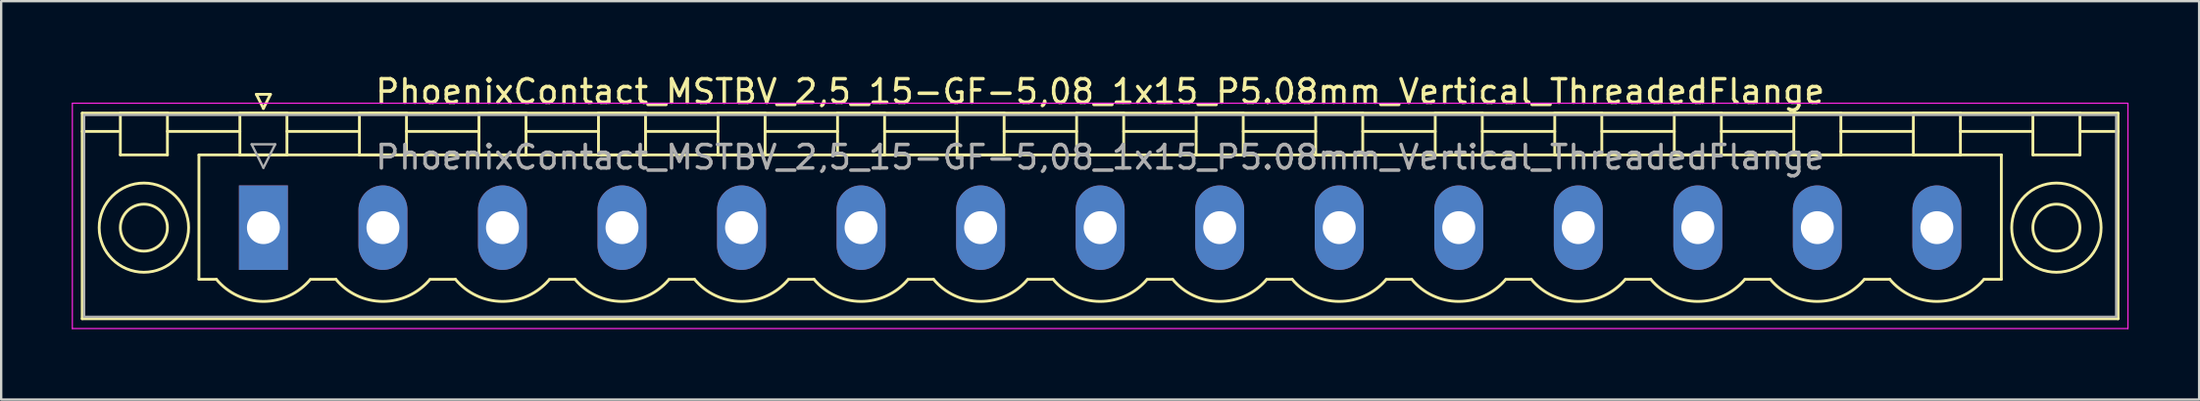
<source format=kicad_pcb>
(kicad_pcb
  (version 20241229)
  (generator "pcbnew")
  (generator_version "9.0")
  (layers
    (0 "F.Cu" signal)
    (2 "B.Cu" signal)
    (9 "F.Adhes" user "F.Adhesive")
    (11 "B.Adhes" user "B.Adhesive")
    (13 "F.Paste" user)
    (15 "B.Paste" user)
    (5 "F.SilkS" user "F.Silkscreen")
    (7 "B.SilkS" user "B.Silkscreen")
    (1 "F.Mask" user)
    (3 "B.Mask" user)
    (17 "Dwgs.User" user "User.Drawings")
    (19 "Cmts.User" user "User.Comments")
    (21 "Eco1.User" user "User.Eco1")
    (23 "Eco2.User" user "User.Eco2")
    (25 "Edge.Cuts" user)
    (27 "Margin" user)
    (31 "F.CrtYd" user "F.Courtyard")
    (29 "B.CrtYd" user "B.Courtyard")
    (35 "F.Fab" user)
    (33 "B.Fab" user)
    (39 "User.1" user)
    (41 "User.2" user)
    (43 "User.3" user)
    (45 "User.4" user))
  (footprint "PhoenixContact_MSTBV_2,5_15-GF-5,08_1x15_P5.08mm_Vertical_ThreadedFlange"
    (layer "F.Cu")
    (at 8.145 6.648)
    (property "Reference" "PhoenixContact_MSTBV_2,5_15-GF-5,08_1x15_P5.08mm_Vertical_ThreadedFlange" (at 35.56 -5.8 0) (layer "F.SilkS") (effects (font (size 1 1) (thickness 0.15))))
    (attr through_hole)
    (fp_line (start -7.7 -4.88) (end -7.7 3.88) (stroke (width 0.12) (type solid)) (layer "F.SilkS"))
    (fp_line (start -7.7 -4.1) (end -6.16 -4.1) (stroke (width 0.12) (type solid)) (layer "F.SilkS"))
    (fp_line (start -7.7 3.88) (end 78.82 3.88) (stroke (width 0.12) (type solid)) (layer "F.SilkS"))
    (fp_line (start -6.08 -4.88) (end -4.08 -4.88) (stroke (width 0.12) (type solid)) (layer "F.SilkS"))
    (fp_line (start -6.08 -3.1) (end -6.08 -4.88) (stroke (width 0.12) (type solid)) (layer "F.SilkS"))
    (fp_line (start -4.08 -4.88) (end -4.08 -3.1) (stroke (width 0.12) (type solid)) (layer "F.SilkS"))
    (fp_line (start -4.08 -4.1) (end -1 -4.1) (stroke (width 0.12) (type solid)) (layer "F.SilkS"))
    (fp_line (start -4.08 -3.1) (end -6.08 -3.1) (stroke (width 0.12) (type solid)) (layer "F.SilkS"))
    (fp_line (start -2.74 -3.1) (end 73.86 -3.1) (stroke (width 0.12) (type solid)) (layer "F.SilkS"))
    (fp_line (start -2.74 2.2) (end -2.74 -3.1) (stroke (width 0.12) (type solid)) (layer "F.SilkS"))
    (fp_line (start -2 2.2) (end -2.74 2.2) (stroke (width 0.12) (type solid)) (layer "F.SilkS"))
    (fp_line (start -1 -4.88) (end 1 -4.88) (stroke (width 0.12) (type solid)) (layer "F.SilkS"))
    (fp_line (start -1 -3.1) (end -1 -4.88) (stroke (width 0.12) (type solid)) (layer "F.SilkS"))
    (fp_line (start -0.3 -5.68) (end 0.3 -5.68) (stroke (width 0.12) (type solid)) (layer "F.SilkS"))
    (fp_line (start 0 -5.08) (end -0.3 -5.68) (stroke (width 0.12) (type solid)) (layer "F.SilkS"))
    (fp_line (start 0.3 -5.68) (end 0 -5.08) (stroke (width 0.12) (type solid)) (layer "F.SilkS"))
    (fp_line (start 1 -4.88) (end 1 -3.1) (stroke (width 0.12) (type solid)) (layer "F.SilkS"))
    (fp_line (start 1 -4.1) (end 4.08 -4.1) (stroke (width 0.12) (type solid)) (layer "F.SilkS"))
    (fp_line (start 1 -3.1) (end -1 -3.1) (stroke (width 0.12) (type solid)) (layer "F.SilkS"))
    (fp_line (start 2 2.2) (end 3.08 2.2) (stroke (width 0.12) (type solid)) (layer "F.SilkS"))
    (fp_line (start 4.08 -4.88) (end 6.08 -4.88) (stroke (width 0.12) (type solid)) (layer "F.SilkS"))
    (fp_line (start 4.08 -3.1) (end 4.08 -4.88) (stroke (width 0.12) (type solid)) (layer "F.SilkS"))
    (fp_line (start 6.08 -4.88) (end 6.08 -3.1) (stroke (width 0.12) (type solid)) (layer "F.SilkS"))
    (fp_line (start 6.08 -4.1) (end 9.16 -4.1) (stroke (width 0.12) (type solid)) (layer "F.SilkS"))
    (fp_line (start 6.08 -3.1) (end 4.08 -3.1) (stroke (width 0.12) (type solid)) (layer "F.SilkS"))
    (fp_line (start 7.08 2.2) (end 8.16 2.2) (stroke (width 0.12) (type solid)) (layer "F.SilkS"))
    (fp_line (start 9.16 -4.88) (end 11.16 -4.88) (stroke (width 0.12) (type solid)) (layer "F.SilkS"))
    (fp_line (start 9.16 -3.1) (end 9.16 -4.88) (stroke (width 0.12) (type solid)) (layer "F.SilkS"))
    (fp_line (start 11.16 -4.88) (end 11.16 -3.1) (stroke (width 0.12) (type solid)) (layer "F.SilkS"))
    (fp_line (start 11.16 -4.1) (end 14.24 -4.1) (stroke (width 0.12) (type solid)) (layer "F.SilkS"))
    (fp_line (start 11.16 -3.1) (end 9.16 -3.1) (stroke (width 0.12) (type solid)) (layer "F.SilkS"))
    (fp_line (start 12.16 2.2) (end 13.24 2.2) (stroke (width 0.12) (type solid)) (layer "F.SilkS"))
    (fp_line (start 14.24 -4.88) (end 16.24 -4.88) (stroke (width 0.12) (type solid)) (layer "F.SilkS"))
    (fp_line (start 14.24 -3.1) (end 14.24 -4.88) (stroke (width 0.12) (type solid)) (layer "F.SilkS"))
    (fp_line (start 16.24 -4.88) (end 16.24 -3.1) (stroke (width 0.12) (type solid)) (layer "F.SilkS"))
    (fp_line (start 16.24 -4.1) (end 19.32 -4.1) (stroke (width 0.12) (type solid)) (layer "F.SilkS"))
    (fp_line (start 16.24 -3.1) (end 14.24 -3.1) (stroke (width 0.12) (type solid)) (layer "F.SilkS"))
    (fp_line (start 17.24 2.2) (end 18.32 2.2) (stroke (width 0.12) (type solid)) (layer "F.SilkS"))
    (fp_line (start 19.32 -4.88) (end 21.32 -4.88) (stroke (width 0.12) (type solid)) (layer "F.SilkS"))
    (fp_line (start 19.32 -3.1) (end 19.32 -4.88) (stroke (width 0.12) (type solid)) (layer "F.SilkS"))
    (fp_line (start 21.32 -4.88) (end 21.32 -3.1) (stroke (width 0.12) (type solid)) (layer "F.SilkS"))
    (fp_line (start 21.32 -4.1) (end 24.4 -4.1) (stroke (width 0.12) (type solid)) (layer "F.SilkS"))
    (fp_line (start 21.32 -3.1) (end 19.32 -3.1) (stroke (width 0.12) (type solid)) (layer "F.SilkS"))
    (fp_line (start 22.32 2.2) (end 23.4 2.2) (stroke (width 0.12) (type solid)) (layer "F.SilkS"))
    (fp_line (start 24.4 -4.88) (end 26.4 -4.88) (stroke (width 0.12) (type solid)) (layer "F.SilkS"))
    (fp_line (start 24.4 -3.1) (end 24.4 -4.88) (stroke (width 0.12) (type solid)) (layer "F.SilkS"))
    (fp_line (start 26.4 -4.88) (end 26.4 -3.1) (stroke (width 0.12) (type solid)) (layer "F.SilkS"))
    (fp_line (start 26.4 -4.1) (end 29.48 -4.1) (stroke (width 0.12) (type solid)) (layer "F.SilkS"))
    (fp_line (start 26.4 -3.1) (end 24.4 -3.1) (stroke (width 0.12) (type solid)) (layer "F.SilkS"))
    (fp_line (start 27.4 2.2) (end 28.48 2.2) (stroke (width 0.12) (type solid)) (layer "F.SilkS"))
    (fp_line (start 29.48 -4.88) (end 31.48 -4.88) (stroke (width 0.12) (type solid)) (layer "F.SilkS"))
    (fp_line (start 29.48 -3.1) (end 29.48 -4.88) (stroke (width 0.12) (type solid)) (layer "F.SilkS"))
    (fp_line (start 31.48 -4.88) (end 31.48 -3.1) (stroke (width 0.12) (type solid)) (layer "F.SilkS"))
    (fp_line (start 31.48 -4.1) (end 34.56 -4.1) (stroke (width 0.12) (type solid)) (layer "F.SilkS"))
    (fp_line (start 31.48 -3.1) (end 29.48 -3.1) (stroke (width 0.12) (type solid)) (layer "F.SilkS"))
    (fp_line (start 32.48 2.2) (end 33.56 2.2) (stroke (width 0.12) (type solid)) (layer "F.SilkS"))
    (fp_line (start 34.56 -4.88) (end 36.56 -4.88) (stroke (width 0.12) (type solid)) (layer "F.SilkS"))
    (fp_line (start 34.56 -3.1) (end 34.56 -4.88) (stroke (width 0.12) (type solid)) (layer "F.SilkS"))
    (fp_line (start 36.56 -4.88) (end 36.56 -3.1) (stroke (width 0.12) (type solid)) (layer "F.SilkS"))
    (fp_line (start 36.56 -4.1) (end 39.64 -4.1) (stroke (width 0.12) (type solid)) (layer "F.SilkS"))
    (fp_line (start 36.56 -3.1) (end 34.56 -3.1) (stroke (width 0.12) (type solid)) (layer "F.SilkS"))
    (fp_line (start 37.56 2.2) (end 38.64 2.2) (stroke (width 0.12) (type solid)) (layer "F.SilkS"))
    (fp_line (start 39.64 -4.88) (end 41.64 -4.88) (stroke (width 0.12) (type solid)) (layer "F.SilkS"))
    (fp_line (start 39.64 -3.1) (end 39.64 -4.88) (stroke (width 0.12) (type solid)) (layer "F.SilkS"))
    (fp_line (start 41.64 -4.88) (end 41.64 -3.1) (stroke (width 0.12) (type solid)) (layer "F.SilkS"))
    (fp_line (start 41.64 -4.1) (end 44.72 -4.1) (stroke (width 0.12) (type solid)) (layer "F.SilkS"))
    (fp_line (start 41.64 -3.1) (end 39.64 -3.1) (stroke (width 0.12) (type solid)) (layer "F.SilkS"))
    (fp_line (start 42.64 2.2) (end 43.72 2.2) (stroke (width 0.12) (type solid)) (layer "F.SilkS"))
    (fp_line (start 44.72 -4.88) (end 46.72 -4.88) (stroke (width 0.12) (type solid)) (layer "F.SilkS"))
    (fp_line (start 44.72 -3.1) (end 44.72 -4.88) (stroke (width 0.12) (type solid)) (layer "F.SilkS"))
    (fp_line (start 46.72 -4.88) (end 46.72 -3.1) (stroke (width 0.12) (type solid)) (layer "F.SilkS"))
    (fp_line (start 46.72 -4.1) (end 49.8 -4.1) (stroke (width 0.12) (type solid)) (layer "F.SilkS"))
    (fp_line (start 46.72 -3.1) (end 44.72 -3.1) (stroke (width 0.12) (type solid)) (layer "F.SilkS"))
    (fp_line (start 47.72 2.2) (end 48.8 2.2) (stroke (width 0.12) (type solid)) (layer "F.SilkS"))
    (fp_line (start 49.8 -4.88) (end 51.8 -4.88) (stroke (width 0.12) (type solid)) (layer "F.SilkS"))
    (fp_line (start 49.8 -3.1) (end 49.8 -4.88) (stroke (width 0.12) (type solid)) (layer "F.SilkS"))
    (fp_line (start 51.8 -4.88) (end 51.8 -3.1) (stroke (width 0.12) (type solid)) (layer "F.SilkS"))
    (fp_line (start 51.8 -4.1) (end 54.88 -4.1) (stroke (width 0.12) (type solid)) (layer "F.SilkS"))
    (fp_line (start 51.8 -3.1) (end 49.8 -3.1) (stroke (width 0.12) (type solid)) (layer "F.SilkS"))
    (fp_line (start 52.8 2.2) (end 53.88 2.2) (stroke (width 0.12) (type solid)) (layer "F.SilkS"))
    (fp_line (start 54.88 -4.88) (end 56.88 -4.88) (stroke (width 0.12) (type solid)) (layer "F.SilkS"))
    (fp_line (start 54.88 -3.1) (end 54.88 -4.88) (stroke (width 0.12) (type solid)) (layer "F.SilkS"))
    (fp_line (start 56.88 -4.88) (end 56.88 -3.1) (stroke (width 0.12) (type solid)) (layer "F.SilkS"))
    (fp_line (start 56.88 -4.1) (end 59.96 -4.1) (stroke (width 0.12) (type solid)) (layer "F.SilkS"))
    (fp_line (start 56.88 -3.1) (end 54.88 -3.1) (stroke (width 0.12) (type solid)) (layer "F.SilkS"))
    (fp_line (start 57.88 2.2) (end 58.96 2.2) (stroke (width 0.12) (type solid)) (layer "F.SilkS"))
    (fp_line (start 59.96 -4.88) (end 61.96 -4.88) (stroke (width 0.12) (type solid)) (layer "F.SilkS"))
    (fp_line (start 59.96 -3.1) (end 59.96 -4.88) (stroke (width 0.12) (type solid)) (layer "F.SilkS"))
    (fp_line (start 61.96 -4.88) (end 61.96 -3.1) (stroke (width 0.12) (type solid)) (layer "F.SilkS"))
    (fp_line (start 61.96 -4.1) (end 65.04 -4.1) (stroke (width 0.12) (type solid)) (layer "F.SilkS"))
    (fp_line (start 61.96 -3.1) (end 59.96 -3.1) (stroke (width 0.12) (type solid)) (layer "F.SilkS"))
    (fp_line (start 62.96 2.2) (end 64.04 2.2) (stroke (width 0.12) (type solid)) (layer "F.SilkS"))
    (fp_line (start 65.04 -4.88) (end 67.04 -4.88) (stroke (width 0.12) (type solid)) (layer "F.SilkS"))
    (fp_line (start 65.04 -3.1) (end 65.04 -4.88) (stroke (width 0.12) (type solid)) (layer "F.SilkS"))
    (fp_line (start 67.04 -4.88) (end 67.04 -3.1) (stroke (width 0.12) (type solid)) (layer "F.SilkS"))
    (fp_line (start 67.04 -4.1) (end 70.12 -4.1) (stroke (width 0.12) (type solid)) (layer "F.SilkS"))
    (fp_line (start 67.04 -3.1) (end 65.04 -3.1) (stroke (width 0.12) (type solid)) (layer "F.SilkS"))
    (fp_line (start 68.04 2.2) (end 69.12 2.2) (stroke (width 0.12) (type solid)) (layer "F.SilkS"))
    (fp_line (start 70.12 -4.88) (end 72.12 -4.88) (stroke (width 0.12) (type solid)) (layer "F.SilkS"))
    (fp_line (start 70.12 -3.1) (end 70.12 -4.88) (stroke (width 0.12) (type solid)) (layer "F.SilkS"))
    (fp_line (start 72.12 -4.88) (end 72.12 -3.1) (stroke (width 0.12) (type solid)) (layer "F.SilkS"))
    (fp_line (start 72.12 -4.1) (end 75.2 -4.1) (stroke (width 0.12) (type solid)) (layer "F.SilkS"))
    (fp_line (start 72.12 -3.1) (end 70.12 -3.1) (stroke (width 0.12) (type solid)) (layer "F.SilkS"))
    (fp_line (start 73.86 -3.1) (end 73.86 2.2) (stroke (width 0.12) (type solid)) (layer "F.SilkS"))
    (fp_line (start 73.86 2.2) (end 73.12 2.2) (stroke (width 0.12) (type solid)) (layer "F.SilkS"))
    (fp_line (start 75.2 -4.88) (end 77.2 -4.88) (stroke (width 0.12) (type solid)) (layer "F.SilkS"))
    (fp_line (start 75.2 -3.1) (end 75.2 -4.88) (stroke (width 0.12) (type solid)) (layer "F.SilkS"))
    (fp_line (start 77.2 -4.88) (end 77.2 -3.1) (stroke (width 0.12) (type solid)) (layer "F.SilkS"))
    (fp_line (start 77.2 -3.1) (end 75.2 -3.1) (stroke (width 0.12) (type solid)) (layer "F.SilkS"))
    (fp_line (start 78.82 -4.88) (end -7.7 -4.88) (stroke (width 0.12) (type solid)) (layer "F.SilkS"))
    (fp_line (start 78.82 -4.1) (end 77.28 -4.1) (stroke (width 0.12) (type solid)) (layer "F.SilkS"))
    (fp_line (start 78.82 3.88) (end 78.82 -4.88) (stroke (width 0.12) (type solid)) (layer "F.SilkS"))
    (fp_arc (start 1.986842 2.215821) (mid -0.010289 3.142758) (end -2 2.2) (stroke (width 0.12) (type solid)) (layer "F.SilkS"))
    (fp_arc (start 7.066842 2.215821) (mid 5.069711 3.142758) (end 3.08 2.2) (stroke (width 0.12) (type solid)) (layer "F.SilkS"))
    (fp_arc (start 12.146842 2.215821) (mid 10.149711 3.142758) (end 8.16 2.2) (stroke (width 0.12) (type solid)) (layer "F.SilkS"))
    (fp_arc (start 17.226842 2.215821) (mid 15.229711 3.142758) (end 13.24 2.2) (stroke (width 0.12) (type solid)) (layer "F.SilkS"))
    (fp_arc (start 22.306842 2.215821) (mid 20.309711 3.142758) (end 18.32 2.2) (stroke (width 0.12) (type solid)) (layer "F.SilkS"))
    (fp_arc (start 27.386842 2.215821) (mid 25.389711 3.142758) (end 23.4 2.2) (stroke (width 0.12) (type solid)) (layer "F.SilkS"))
    (fp_arc (start 32.466842 2.215821) (mid 30.469711 3.142758) (end 28.48 2.2) (stroke (width 0.12) (type solid)) (layer "F.SilkS"))
    (fp_arc (start 37.546842 2.215821) (mid 35.549711 3.142758) (end 33.56 2.2) (stroke (width 0.12) (type solid)) (layer "F.SilkS"))
    (fp_arc (start 42.626842 2.215821) (mid 40.629711 3.142758) (end 38.64 2.2) (stroke (width 0.12) (type solid)) (layer "F.SilkS"))
    (fp_arc (start 47.706842 2.215821) (mid 45.709711 3.142758) (end 43.72 2.2) (stroke (width 0.12) (type solid)) (layer "F.SilkS"))
    (fp_arc (start 52.786842 2.215821) (mid 50.789711 3.142758) (end 48.8 2.2) (stroke (width 0.12) (type solid)) (layer "F.SilkS"))
    (fp_arc (start 57.866842 2.215821) (mid 55.869711 3.142758) (end 53.88 2.2) (stroke (width 0.12) (type solid)) (layer "F.SilkS"))
    (fp_arc (start 62.946842 2.215821) (mid 60.949711 3.142758) (end 58.96 2.2) (stroke (width 0.12) (type solid)) (layer "F.SilkS"))
    (fp_arc (start 68.026842 2.215821) (mid 66.029711 3.142758) (end 64.04 2.2) (stroke (width 0.12) (type solid)) (layer "F.SilkS"))
    (fp_arc (start 73.106842 2.215821) (mid 71.109711 3.142758) (end 69.12 2.2) (stroke (width 0.12) (type solid)) (layer "F.SilkS"))
    (fp_circle (center -5.08 0) (end -4.08 0) (stroke (width 0.12) (type solid)) (fill no) (layer "F.SilkS"))
    (fp_circle (center -5.08 0) (end -3.18 0) (stroke (width 0.12) (type solid)) (fill no) (layer "F.SilkS"))
    (fp_circle (center 76.2 0) (end 77.2 0) (stroke (width 0.12) (type solid)) (fill no) (layer "F.SilkS"))
    (fp_circle (center 76.2 0) (end 78.1 0) (stroke (width 0.12) (type solid)) (fill no) (layer "F.SilkS"))
    (fp_line (start -8.12 -5.3) (end -8.12 4.3) (stroke (width 0.05) (type solid)) (layer "F.CrtYd"))
    (fp_line (start -8.12 4.3) (end 79.24 4.3) (stroke (width 0.05) (type solid)) (layer "F.CrtYd"))
    (fp_line (start 79.24 -5.3) (end -8.12 -5.3) (stroke (width 0.05) (type solid)) (layer "F.CrtYd"))
    (fp_line (start 79.24 4.3) (end 79.24 -5.3) (stroke (width 0.05) (type solid)) (layer "F.CrtYd"))
    (fp_line (start -7.62 -4.8) (end -7.62 3.8) (stroke (width 0.1) (type solid)) (layer "F.Fab"))
    (fp_line (start -7.62 3.8) (end 78.74 3.8) (stroke (width 0.1) (type solid)) (layer "F.Fab"))
    (fp_line (start -0.5 -3.55) (end 0.5 -3.55) (stroke (width 0.1) (type solid)) (layer "F.Fab"))
    (fp_line (start 0 -2.55) (end -0.5 -3.55) (stroke (width 0.1) (type solid)) (layer "F.Fab"))
    (fp_line (start 0.5 -3.55) (end 0 -2.55) (stroke (width 0.1) (type solid)) (layer "F.Fab"))
    (fp_line (start 78.74 -4.8) (end -7.62 -4.8) (stroke (width 0.1) (type solid)) (layer "F.Fab"))
    (fp_line (start 78.74 3.8) (end 78.74 -4.8) (stroke (width 0.1) (type solid)) (layer "F.Fab"))
    (fp_text user "${REFERENCE}" (at 35.56 -3 0) (layer "F.Fab") (effects (font (size 1 1) (thickness 0.15))))
    (pad "1" thru_hole rect (at 0 0) (size 2.08 3.6) (drill 1.4) (layers "*.Cu" "*.Mask"))
    (pad "2" thru_hole oval (at 5.08 0) (size 2.08 3.6) (drill 1.4) (layers "*.Cu" "*.Mask"))
    (pad "3" thru_hole oval (at 10.16 0) (size 2.08 3.6) (drill 1.4) (layers "*.Cu" "*.Mask"))
    (pad "4" thru_hole oval (at 15.24 0) (size 2.08 3.6) (drill 1.4) (layers "*.Cu" "*.Mask"))
    (pad "5" thru_hole oval (at 20.32 0) (size 2.08 3.6) (drill 1.4) (layers "*.Cu" "*.Mask"))
    (pad "6" thru_hole oval (at 25.4 0) (size 2.08 3.6) (drill 1.4) (layers "*.Cu" "*.Mask"))
    (pad "7" thru_hole oval (at 30.48 0) (size 2.08 3.6) (drill 1.4) (layers "*.Cu" "*.Mask"))
    (pad "8" thru_hole oval (at 35.56 0) (size 2.08 3.6) (drill 1.4) (layers "*.Cu" "*.Mask"))
    (pad "9" thru_hole oval (at 40.64 0) (size 2.08 3.6) (drill 1.4) (layers "*.Cu" "*.Mask"))
    (pad "10" thru_hole oval (at 45.72 0) (size 2.08 3.6) (drill 1.4) (layers "*.Cu" "*.Mask"))
    (pad "11" thru_hole oval (at 50.8 0) (size 2.08 3.6) (drill 1.4) (layers "*.Cu" "*.Mask"))
    (pad "12" thru_hole oval (at 55.88 0) (size 2.08 3.6) (drill 1.4) (layers "*.Cu" "*.Mask"))
    (pad "13" thru_hole oval (at 60.96 0) (size 2.08 3.6) (drill 1.4) (layers "*.Cu" "*.Mask"))
    (pad "14" thru_hole oval (at 66.04 0) (size 2.08 3.6) (drill 1.4) (layers "*.Cu" "*.Mask"))
    (pad "15" thru_hole oval (at 71.12 0) (size 2.08 3.6) (drill 1.4) (layers "*.Cu" "*.Mask")))
  (gr_rect
    (start -3 -3)
    (end 90.41 13.973)
    (stroke (width 0.1) (type default))
    (fill no)
    (layer "Edge.Cuts")))
</source>
